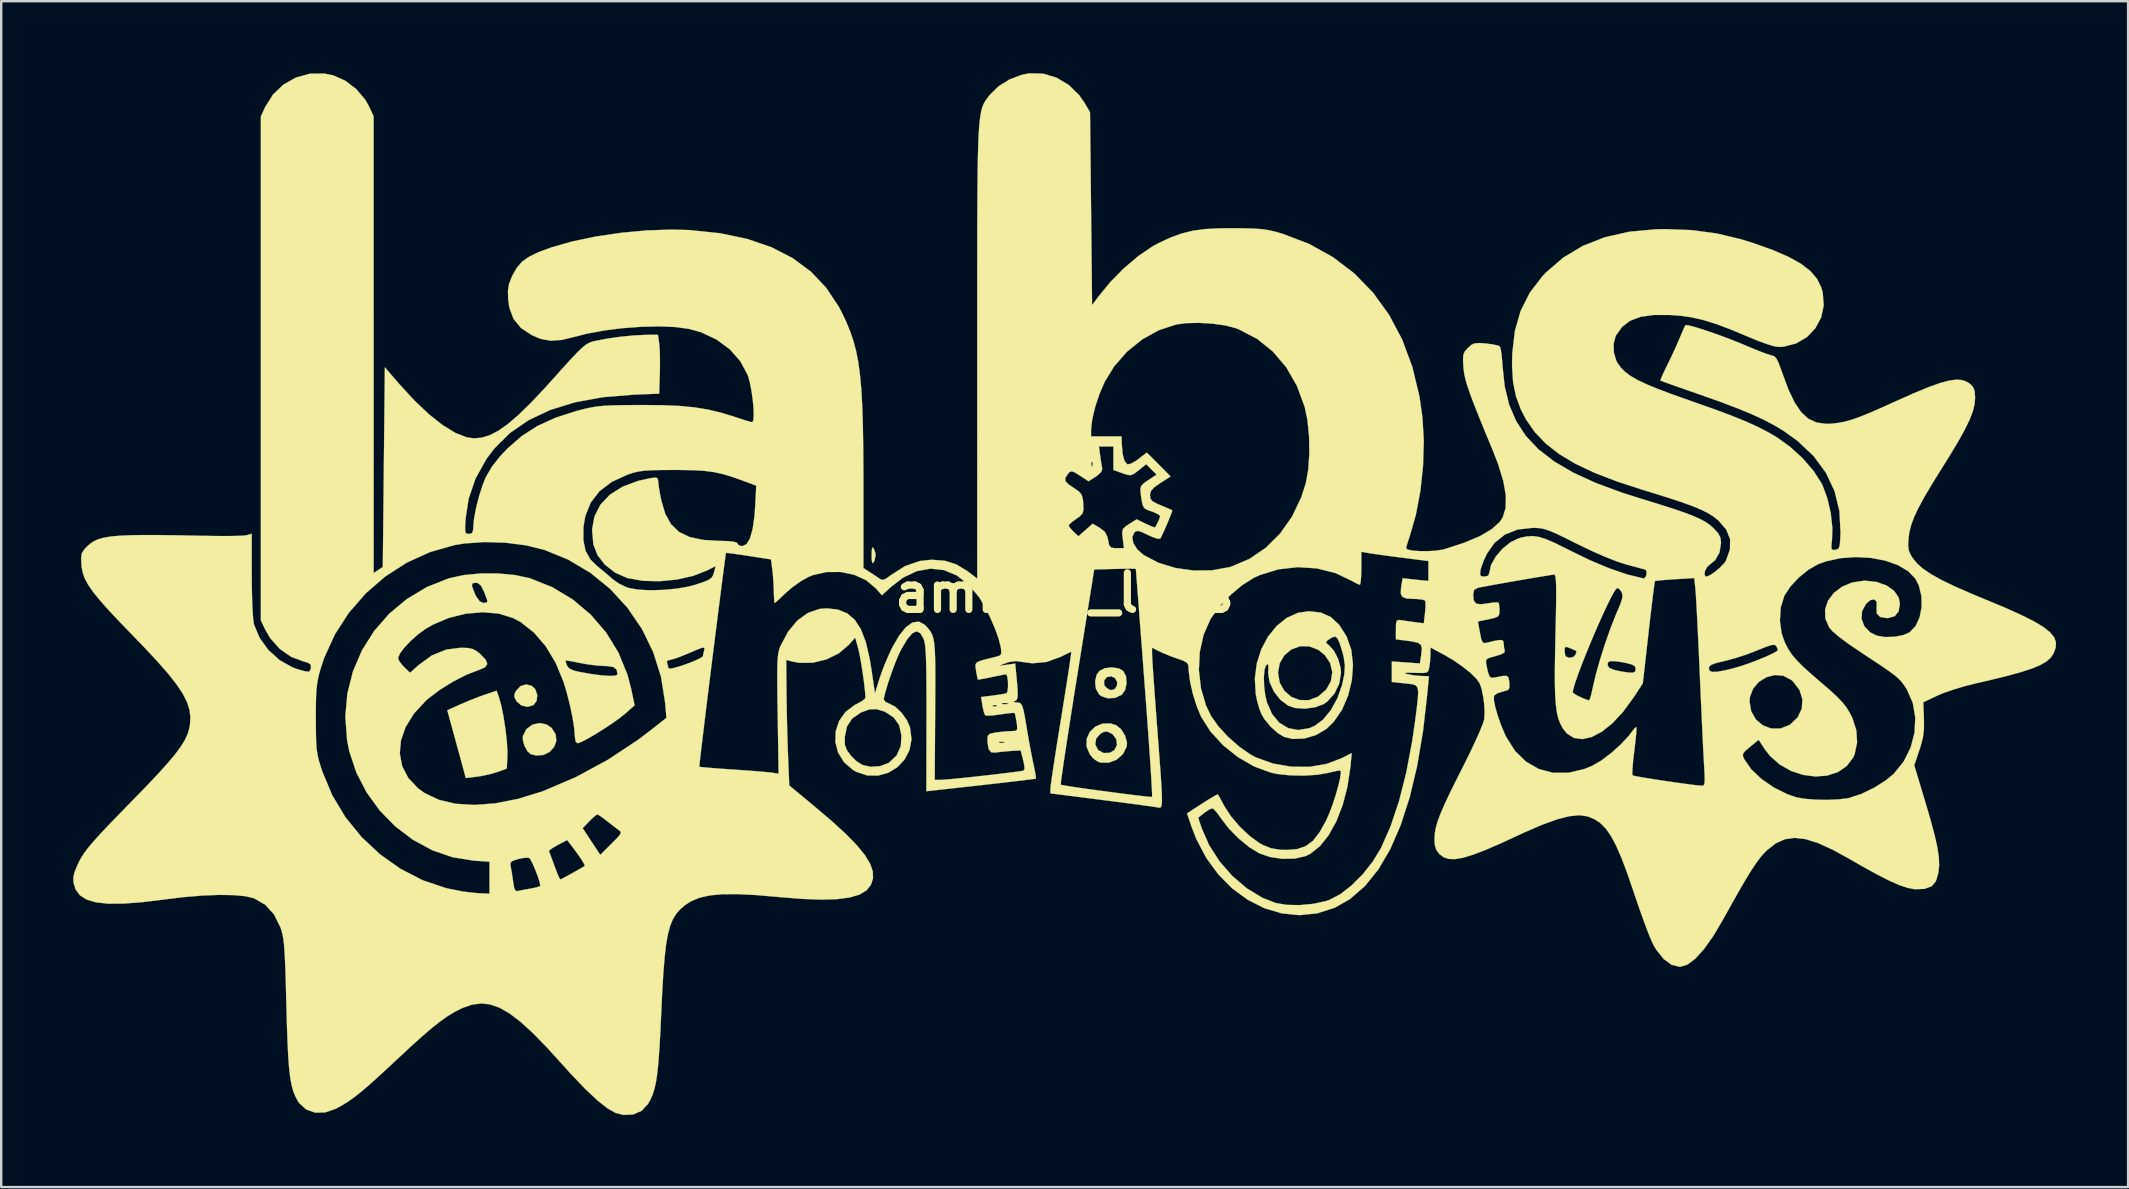
<source format=kicad_pcb>
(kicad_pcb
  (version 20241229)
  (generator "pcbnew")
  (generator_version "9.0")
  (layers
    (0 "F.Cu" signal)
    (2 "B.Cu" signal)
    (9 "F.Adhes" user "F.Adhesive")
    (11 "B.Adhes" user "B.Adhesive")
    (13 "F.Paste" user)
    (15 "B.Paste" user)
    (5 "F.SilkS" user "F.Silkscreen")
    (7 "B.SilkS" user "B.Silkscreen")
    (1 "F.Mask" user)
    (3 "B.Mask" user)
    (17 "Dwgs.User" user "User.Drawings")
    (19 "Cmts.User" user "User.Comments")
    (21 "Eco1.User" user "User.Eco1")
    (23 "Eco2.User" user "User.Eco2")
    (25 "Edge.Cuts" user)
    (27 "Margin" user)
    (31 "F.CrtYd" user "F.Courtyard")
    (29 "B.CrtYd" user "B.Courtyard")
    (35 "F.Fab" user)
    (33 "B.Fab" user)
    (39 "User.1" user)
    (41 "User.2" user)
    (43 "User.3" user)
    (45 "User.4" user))
  (footprint "amigus_labs"
    (layer "F.Cu")
    (at 41.304 21.65)
    (property "Reference" "amigus_labs" (at 0 0 0) (layer "F.SilkS") (effects (font (size 1.524 1.524) (thickness 0.3))))
    (attr through_hole)
    (fp_poly (pts (xy -7.959 -1.863) (xy -7.888 -1.67) (xy -7.877 -1.566) (xy -7.917 -1.358) (xy -7.959 -1.27) (xy -8.009 -1.241) (xy -8.035 -1.358) (xy -8.041 -1.566) (xy -8.031 -1.81) (xy -8.001 -1.897) (xy -7.959 -1.863)) (stroke (width 0.01) (type solid)) (fill yes) (layer "F.SilkS"))
    (fp_poly (pts (xy -22.198 3.874) (xy -22.054 4.013) (xy -21.969 4.258) (xy -21.999 4.503) (xy -22.131 4.677) (xy -22.376 4.747) (xy -22.634 4.689) (xy -22.832 4.52) (xy -22.925 4.344) (xy -22.914 4.199) (xy -22.852 4.075) (xy -22.667 3.883) (xy -22.431 3.814) (xy -22.198 3.874)) (stroke (width 0.01) (type solid)) (fill yes) (layer "F.SilkS"))
    (fp_poly (pts (xy -21.583 5.483) (xy -21.374 5.626) (xy -21.204 5.89) (xy -21.175 6.163) (xy -21.265 6.417) (xy -21.452 6.623) (xy -21.711 6.752) (xy -22.02 6.776) (xy -22.248 6.717) (xy -22.389 6.588) (xy -22.508 6.363) (xy -22.574 6.117) (xy -22.57 5.962) (xy -22.422 5.675) (xy -22.178 5.491) (xy -21.883 5.422) (xy -21.583 5.483)) (stroke (width 0.01) (type solid)) (fill yes) (layer "F.SilkS"))
    (fp_poly (pts (xy -23.555 4.387) (xy -23.461 4.729) (xy -23.372 5.181) (xy -23.295 5.685) (xy -23.24 6.182) (xy -23.213 6.613) (xy -23.215 6.816) (xy -23.241 7.319) (xy -23.622 7.459) (xy -23.94 7.552) (xy -24.31 7.631) (xy -24.475 7.656) (xy -24.947 7.713) (xy -25.333 6.302) (xy -25.719 4.891) (xy -25.194 4.653) (xy -24.821 4.494) (xy -24.415 4.334) (xy -24.167 4.245) (xy -23.664 4.075) (xy -23.555 4.387)) (stroke (width 0.01) (type solid)) (fill yes) (layer "F.SilkS"))
    (fp_poly (pts (xy 2.253 3.146) (xy 2.44 3.25) (xy 2.557 3.473) (xy 2.582 3.762) (xy 2.519 4.045) (xy 2.381 4.242) (xy 2.108 4.373) (xy 1.8 4.393) (xy 1.524 4.3) (xy 1.439 4.233) (xy 1.303 3.994) (xy 1.285 3.844) (xy 1.647 3.844) (xy 1.741 3.952) (xy 1.896 4.047) (xy 2.011 4.041) (xy 2.103 3.99) (xy 2.18 3.859) (xy 2.188 3.716) (xy 2.099 3.548) (xy 1.937 3.475) (xy 1.766 3.505) (xy 1.65 3.645) (xy 1.648 3.65) (xy 1.647 3.844) (xy 1.285 3.844) (xy 1.268 3.697) (xy 1.333 3.413) (xy 1.446 3.253) (xy 1.674 3.139) (xy 1.968 3.103) (xy 2.253 3.146)) (stroke (width 0.01) (type solid)) (fill yes) (layer "F.SilkS"))
    (fp_poly (pts (xy 2.151 5.515) (xy 2.355 5.683) (xy 2.515 5.944) (xy 2.597 6.227) (xy 2.589 6.395) (xy 2.433 6.713) (xy 2.169 6.947) (xy 1.844 7.074) (xy 1.503 7.07) (xy 1.381 7.03) (xy 1.2 6.903) (xy 1.047 6.725) (xy 0.912 6.394) (xy 0.915 6.309) (xy 1.276 6.309) (xy 1.386 6.538) (xy 1.403 6.556) (xy 1.626 6.672) (xy 1.884 6.662) (xy 2.073 6.551) (xy 2.181 6.339) (xy 2.155 6.101) (xy 2.006 5.897) (xy 1.936 5.85) (xy 1.759 5.773) (xy 1.615 5.797) (xy 1.491 5.87) (xy 1.314 6.069) (xy 1.276 6.309) (xy 0.915 6.309) (xy 0.922 6.074) (xy 1.051 5.791) (xy 1.275 5.574) (xy 1.569 5.447) (xy 1.908 5.439) (xy 2.151 5.515)) (stroke (width 0.01) (type solid)) (fill yes) (layer "F.SilkS"))
    (fp_poly (pts (xy 10.673 0.821) (xy 11.086 1.005) (xy 11.436 1.33) (xy 11.742 1.809) (xy 11.748 1.82) (xy 11.943 2.373) (xy 12.013 2.991) (xy 11.966 3.639) (xy 11.811 4.277) (xy 11.556 4.869) (xy 11.208 5.376) (xy 10.904 5.669) (xy 10.469 5.925) (xy 9.987 6.067) (xy 9.506 6.086) (xy 9.144 6.001) (xy 8.871 5.836) (xy 8.58 5.57) (xy 8.324 5.258) (xy 8.208 5.068) (xy 8.108 4.814) (xy 8.015 4.476) (xy 7.963 4.219) (xy 7.924 3.571) (xy 7.928 3.541) (xy 8.299 3.541) (xy 8.311 3.89) (xy 8.357 4.253) (xy 8.428 4.558) (xy 8.642 5.048) (xy 8.943 5.41) (xy 9.314 5.636) (xy 9.735 5.714) (xy 10.188 5.638) (xy 10.414 5.542) (xy 10.767 5.28) (xy 11.091 4.885) (xy 11.362 4.394) (xy 11.554 3.851) (xy 11.652 3.398) (xy 11.676 3.026) (xy 11.626 2.664) (xy 11.557 2.407) (xy 11.451 2.077) (xy 11.363 1.889) (xy 11.273 1.82) (xy 11.157 1.848) (xy 11.057 1.907) (xy 10.908 2.014) (xy 10.891 2.083) (xy 10.995 2.169) (xy 11.005 2.176) (xy 11.216 2.404) (xy 11.388 2.736) (xy 11.495 3.108) (xy 11.515 3.328) (xy 11.442 3.776) (xy 11.243 4.193) (xy 10.946 4.525) (xy 10.789 4.634) (xy 10.425 4.77) (xy 10.003 4.824) (xy 9.593 4.793) (xy 9.319 4.702) (xy 8.986 4.452) (xy 8.715 4.104) (xy 8.536 3.709) (xy 8.479 3.327) (xy 8.89 3.327) (xy 8.961 3.744) (xy 9.155 4.084) (xy 9.442 4.331) (xy 9.791 4.465) (xy 10.171 4.469) (xy 10.553 4.325) (xy 10.558 4.322) (xy 10.896 4.031) (xy 11.094 3.681) (xy 11.15 3.302) (xy 11.064 2.927) (xy 10.836 2.588) (xy 10.563 2.37) (xy 10.181 2.224) (xy 9.798 2.226) (xy 9.445 2.357) (xy 9.155 2.599) (xy 8.959 2.934) (xy 8.89 3.327) (xy 8.479 3.327) (xy 8.477 3.315) (xy 8.486 3.211) (xy 8.493 3.037) (xy 8.461 2.963) (xy 8.461 2.963) (xy 8.375 3.04) (xy 8.32 3.246) (xy 8.299 3.541) (xy 7.928 3.541) (xy 8.005 2.942) (xy 8.192 2.353) (xy 8.472 1.825) (xy 8.83 1.381) (xy 9.253 1.041) (xy 9.726 0.829) (xy 10.176 0.764) (xy 10.673 0.821)) (stroke (width 0.01) (type solid)) (fill yes) (layer "F.SilkS"))
    (fp_poly (pts (xy -0.894 -21.631) (xy -0.336 -21.463) (xy 0.176 -21.157) (xy 0.612 -20.729) (xy 0.826 -20.419) (xy 1.058 -20.024) (xy 1.101 -16.004) (xy 1.143 -11.985) (xy 1.403 -12.339) (xy 1.905 -12.951) (xy 2.474 -13.528) (xy 3.07 -14.033) (xy 3.656 -14.432) (xy 3.881 -14.556) (xy 4.392 -14.795) (xy 4.862 -14.969) (xy 5.336 -15.087) (xy 5.857 -15.157) (xy 6.471 -15.188) (xy 6.985 -15.192) (xy 7.518 -15.188) (xy 7.923 -15.175) (xy 8.241 -15.151) (xy 8.514 -15.109) (xy 8.781 -15.047) (xy 9.084 -14.959) (xy 10.184 -14.539) (xy 11.18 -13.986) (xy 12.071 -13.307) (xy 12.85 -12.505) (xy 13.514 -11.587) (xy 14.061 -10.557) (xy 14.484 -9.42) (xy 14.782 -8.181) (xy 14.907 -7.308) (xy 14.963 -6.335) (xy 14.932 -5.3) (xy 14.822 -4.261) (xy 14.637 -3.27) (xy 14.396 -2.421) (xy 14.306 -2.15) (xy 14.244 -1.945) (xy 14.224 -1.86) (xy 14.301 -1.802) (xy 14.505 -1.761) (xy 14.793 -1.74) (xy 15.123 -1.738) (xy 15.452 -1.758) (xy 15.74 -1.8) (xy 15.833 -1.823) (xy 16.651 -2.089) (xy 17.303 -2.364) (xy 17.794 -2.653) (xy 18.127 -2.955) (xy 18.249 -3.138) (xy 18.373 -3.539) (xy 18.383 -4.041) (xy 18.278 -4.65) (xy 18.057 -5.373) (xy 17.842 -5.927) (xy 17.524 -6.693) (xy 17.267 -7.323) (xy 17.063 -7.835) (xy 16.908 -8.246) (xy 16.793 -8.577) (xy 16.712 -8.844) (xy 16.659 -9.068) (xy 16.628 -9.266) (xy 16.614 -9.412) (xy 16.597 -9.722) (xy 16.611 -9.918) (xy 16.67 -10.055) (xy 16.785 -10.189) (xy 16.803 -10.206) (xy 16.946 -10.334) (xy 17.086 -10.396) (xy 17.282 -10.409) (xy 17.543 -10.39) (xy 17.827 -10.353) (xy 18.044 -10.306) (xy 18.13 -10.267) (xy 18.168 -10.153) (xy 18.205 -9.913) (xy 18.235 -9.59) (xy 18.245 -9.434) (xy 18.334 -8.595) (xy 18.52 -7.838) (xy 18.811 -7.155) (xy 19.214 -6.539) (xy 19.74 -5.982) (xy 20.395 -5.475) (xy 21.188 -5.01) (xy 22.129 -4.579) (xy 23.225 -4.174) (xy 23.961 -3.94) (xy 24.714 -3.709) (xy 25.324 -3.515) (xy 25.809 -3.35) (xy 26.19 -3.205) (xy 26.484 -3.073) (xy 26.713 -2.947) (xy 26.896 -2.817) (xy 27.016 -2.712) (xy 27.223 -2.49) (xy 27.322 -2.298) (xy 27.347 -2.083) (xy 27.283 -1.684) (xy 27.103 -1.363) (xy 26.889 -1.189) (xy 26.761 -1.071) (xy 26.678 -0.909) (xy 26.656 -0.76) (xy 26.713 -0.68) (xy 26.735 -0.677) (xy 26.882 -0.734) (xy 27.091 -0.874) (xy 27.308 -1.058) (xy 27.484 -1.242) (xy 27.548 -1.336) (xy 27.718 -1.806) (xy 27.724 -2.237) (xy 27.564 -2.638) (xy 27.238 -3.015) (xy 27.22 -3.03) (xy 27.03 -3.181) (xy 26.806 -3.322) (xy 26.526 -3.463) (xy 26.171 -3.611) (xy 25.721 -3.774) (xy 25.155 -3.961) (xy 24.454 -4.18) (xy 24.13 -4.278) (xy 23.026 -4.637) (xy 22.078 -5.002) (xy 21.274 -5.383) (xy 20.598 -5.787) (xy 20.04 -6.224) (xy 19.584 -6.703) (xy 19.219 -7.231) (xy 19.009 -7.636) (xy 18.804 -8.186) (xy 18.683 -8.778) (xy 18.639 -9.453) (xy 18.65 -9.991) (xy 18.76 -10.922) (xy 19 -11.753) (xy 19.378 -12.503) (xy 19.901 -13.187) (xy 20.054 -13.349) (xy 20.776 -13.97) (xy 21.592 -14.458) (xy 22.507 -14.816) (xy 23.525 -15.046) (xy 24.651 -15.149) (xy 25.037 -15.155) (xy 26.139 -15.112) (xy 27.162 -14.975) (xy 28.177 -14.733) (xy 28.712 -14.566) (xy 29.517 -14.277) (xy 30.169 -13.994) (xy 30.68 -13.709) (xy 31.066 -13.411) (xy 31.341 -13.089) (xy 31.519 -12.733) (xy 31.583 -12.511) (xy 31.624 -11.974) (xy 31.515 -11.47) (xy 31.275 -11.023) (xy 30.924 -10.656) (xy 30.479 -10.394) (xy 29.961 -10.258) (xy 29.734 -10.245) (xy 29.548 -10.278) (xy 29.249 -10.369) (xy 28.881 -10.503) (xy 28.504 -10.659) (xy 27.774 -10.965) (xy 27.157 -11.198) (xy 26.617 -11.366) (xy 26.12 -11.48) (xy 25.63 -11.549) (xy 25.22 -11.578) (xy 24.537 -11.578) (xy 23.99 -11.5) (xy 23.56 -11.339) (xy 23.228 -11.086) (xy 22.976 -10.735) (xy 22.955 -10.695) (xy 22.871 -10.379) (xy 22.882 -10.009) (xy 22.985 -9.666) (xy 23.022 -9.598) (xy 23.163 -9.399) (xy 23.338 -9.217) (xy 23.567 -9.044) (xy 23.866 -8.87) (xy 24.255 -8.686) (xy 24.75 -8.483) (xy 25.37 -8.251) (xy 26.133 -7.981) (xy 26.208 -7.955) (xy 27.044 -7.66) (xy 27.742 -7.4) (xy 28.325 -7.165) (xy 28.818 -6.945) (xy 29.245 -6.729) (xy 29.63 -6.507) (xy 29.678 -6.478) (xy 30.232 -6.079) (xy 30.749 -5.604) (xy 31.191 -5.095) (xy 31.52 -4.59) (xy 31.58 -4.471) (xy 31.779 -3.928) (xy 31.918 -3.316) (xy 31.984 -2.707) (xy 31.97 -2.219) (xy 31.943 -1.959) (xy 31.953 -1.827) (xy 32.01 -1.786) (xy 32.108 -1.793) (xy 32.204 -1.819) (xy 32.263 -1.886) (xy 32.297 -2.03) (xy 32.316 -2.287) (xy 32.325 -2.512) (xy 32.279 -3.406) (xy 32.077 -4.236) (xy 31.719 -5) (xy 31.205 -5.699) (xy 30.534 -6.332) (xy 29.972 -6.737) (xy 29.575 -6.977) (xy 29.134 -7.21) (xy 28.625 -7.445) (xy 28.026 -7.692) (xy 27.312 -7.962) (xy 26.46 -8.264) (xy 26.374 -8.294) (xy 25.897 -8.46) (xy 25.479 -8.607) (xy 25.144 -8.726) (xy 24.917 -8.809) (xy 24.824 -8.846) (xy 24.823 -8.847) (xy 24.846 -8.929) (xy 24.929 -9.123) (xy 25.057 -9.39) (xy 25.088 -9.453) (xy 25.276 -9.838) (xy 25.471 -10.262) (xy 25.611 -10.583) (xy 25.727 -10.858) (xy 25.817 -11.062) (xy 25.861 -11.155) (xy 25.861 -11.156) (xy 25.959 -11.152) (xy 26.182 -11.097) (xy 26.502 -11.001) (xy 26.886 -10.874) (xy 27.305 -10.726) (xy 27.726 -10.569) (xy 28.12 -10.412) (xy 28.287 -10.341) (xy 28.677 -10.177) (xy 29.027 -10.037) (xy 29.3 -9.938) (xy 29.456 -9.893) (xy 29.457 -9.893) (xy 29.567 -9.855) (xy 29.66 -9.754) (xy 29.754 -9.56) (xy 29.871 -9.238) (xy 29.889 -9.186) (xy 30.149 -8.483) (xy 30.409 -7.936) (xy 30.683 -7.532) (xy 30.983 -7.256) (xy 31.323 -7.098) (xy 31.714 -7.042) (xy 31.956 -7.05) (xy 32.223 -7.081) (xy 32.485 -7.13) (xy 32.768 -7.207) (xy 33.097 -7.322) (xy 33.499 -7.483) (xy 34 -7.7) (xy 34.626 -7.981) (xy 34.671 -8.002) (xy 35.396 -8.325) (xy 35.99 -8.57) (xy 36.471 -8.743) (xy 36.855 -8.846) (xy 37.161 -8.885) (xy 37.405 -8.863) (xy 37.605 -8.784) (xy 37.708 -8.715) (xy 37.848 -8.575) (xy 37.914 -8.402) (xy 37.931 -8.13) (xy 37.931 -8.12) (xy 37.908 -7.855) (xy 37.835 -7.558) (xy 37.701 -7.212) (xy 37.499 -6.797) (xy 37.22 -6.295) (xy 36.855 -5.688) (xy 36.565 -5.224) (xy 36.149 -4.555) (xy 35.821 -4.002) (xy 35.572 -3.544) (xy 35.391 -3.161) (xy 35.268 -2.829) (xy 35.193 -2.529) (xy 35.159 -2.287) (xy 35.142 -1.978) (xy 35.169 -1.763) (xy 35.256 -1.57) (xy 35.329 -1.453) (xy 35.509 -1.23) (xy 35.756 -1.01) (xy 36.088 -0.784) (xy 36.52 -0.543) (xy 37.069 -0.277) (xy 37.752 0.023) (xy 38.332 0.264) (xy 39.155 0.607) (xy 39.827 0.908) (xy 40.359 1.173) (xy 40.762 1.412) (xy 41.046 1.634) (xy 41.222 1.846) (xy 41.299 2.057) (xy 41.29 2.276) (xy 41.205 2.511) (xy 41.188 2.544) (xy 41.073 2.71) (xy 40.898 2.862) (xy 40.647 3.006) (xy 40.304 3.15) (xy 39.853 3.297) (xy 39.278 3.456) (xy 38.563 3.631) (xy 37.973 3.767) (xy 37.506 3.885) (xy 37.033 4.027) (xy 36.614 4.172) (xy 36.364 4.277) (xy 35.772 4.558) (xy 35.799 5.23) (xy 35.801 5.662) (xy 35.757 6.024) (xy 35.654 6.414) (xy 35.611 6.544) (xy 35.396 7.185) (xy 35.861 8.729) (xy 36.082 9.483) (xy 36.247 10.1) (xy 36.359 10.604) (xy 36.42 11.015) (xy 36.433 11.356) (xy 36.402 11.65) (xy 36.328 11.919) (xy 36.285 12.032) (xy 36.117 12.224) (xy 35.824 12.332) (xy 35.432 12.346) (xy 35.404 12.344) (xy 35.126 12.291) (xy 34.787 12.178) (xy 34.37 11.996) (xy 33.859 11.737) (xy 33.238 11.395) (xy 32.73 11.102) (xy 32.011 10.706) (xy 31.397 10.426) (xy 30.87 10.259) (xy 30.412 10.206) (xy 30.006 10.263) (xy 29.633 10.431) (xy 29.276 10.708) (xy 29.14 10.842) (xy 28.982 11.024) (xy 28.804 11.263) (xy 28.597 11.576) (xy 28.35 11.98) (xy 28.054 12.491) (xy 27.697 13.126) (xy 27.432 13.605) (xy 27.025 14.291) (xy 26.638 14.837) (xy 26.276 15.238) (xy 25.944 15.487) (xy 25.649 15.578) (xy 25.632 15.579) (xy 25.29 15.496) (xy 24.957 15.254) (xy 24.646 14.863) (xy 24.528 14.663) (xy 24.431 14.454) (xy 24.295 14.115) (xy 24.131 13.679) (xy 23.953 13.179) (xy 23.77 12.646) (xy 23.742 12.562) (xy 23.464 11.748) (xy 23.216 11.084) (xy 22.986 10.551) (xy 22.766 10.135) (xy 22.546 9.82) (xy 22.316 9.588) (xy 22.066 9.424) (xy 21.787 9.312) (xy 21.77 9.307) (xy 21.441 9.262) (xy 21.026 9.304) (xy 20.514 9.435) (xy 19.892 9.66) (xy 19.15 9.981) (xy 18.923 10.087) (xy 18.159 10.439) (xy 17.527 10.712) (xy 17.011 10.91) (xy 16.596 11.035) (xy 16.265 11.092) (xy 16.004 11.085) (xy 15.796 11.017) (xy 15.626 10.893) (xy 15.617 10.884) (xy 15.481 10.705) (xy 15.42 10.485) (xy 15.409 10.252) (xy 15.421 10.029) (xy 15.462 9.791) (xy 15.539 9.518) (xy 15.662 9.191) (xy 15.837 8.788) (xy 16.073 8.289) (xy 16.378 7.674) (xy 16.593 7.25) (xy 16.844 6.747) (xy 17.07 6.273) (xy 17.258 5.855) (xy 17.397 5.523) (xy 17.472 5.305) (xy 17.48 5.269) (xy 17.497 4.972) (xy 17.474 4.591) (xy 17.435 4.313) (xy 17.369 3.988) (xy 17.289 3.766) (xy 17.161 3.582) (xy 16.949 3.372) (xy 16.89 3.319) (xy 16.584 3.073) (xy 16.208 2.813) (xy 15.846 2.598) (xy 15.24 2.274) (xy 15.24 2.566) (xy 15.225 2.853) (xy 15.191 3.104) (xy 15.158 3.236) (xy 15.098 3.308) (xy 14.969 3.336) (xy 14.731 3.336) (xy 14.577 3.331) (xy 14.297 3.325) (xy 14.176 3.335) (xy 14.204 3.362) (xy 14.266 3.381) (xy 14.53 3.432) (xy 14.827 3.461) (xy 14.848 3.461) (xy 15.175 3.471) (xy 15.117 4.128) (xy 14.934 5.738) (xy 14.688 7.199) (xy 14.378 8.508) (xy 14.004 9.666) (xy 13.569 10.67) (xy 13.071 11.52) (xy 12.511 12.215) (xy 11.89 12.754) (xy 11.255 13.116) (xy 10.528 13.35) (xy 9.787 13.426) (xy 9.047 13.353) (xy 8.324 13.137) (xy 7.632 12.789) (xy 6.986 12.316) (xy 6.402 11.727) (xy 5.894 11.031) (xy 5.477 10.235) (xy 5.286 9.739) (xy 5.16 9.367) (xy 5.564 9.367) (xy 5.704 9.788) (xy 6.017 10.507) (xy 6.453 11.184) (xy 6.986 11.794) (xy 7.59 12.309) (xy 8.239 12.703) (xy 8.796 12.921) (xy 9.251 12.998) (xy 9.792 13.008) (xy 10.355 12.955) (xy 10.872 12.843) (xy 11.049 12.784) (xy 11.496 12.546) (xy 11.964 12.181) (xy 12.42 11.722) (xy 12.833 11.2) (xy 13.17 10.649) (xy 13.182 10.626) (xy 13.578 9.728) (xy 13.929 8.682) (xy 14.23 7.499) (xy 14.477 6.196) (xy 14.605 5.308) (xy 14.673 4.778) (xy 14.716 4.393) (xy 14.729 4.127) (xy 14.705 3.958) (xy 14.637 3.861) (xy 14.518 3.812) (xy 14.341 3.787) (xy 14.182 3.771) (xy 13.631 3.712) (xy 13.631 2.856) (xy 14.216 2.898) (xy 14.801 2.94) (xy 14.858 2.559) (xy 14.882 2.318) (xy 14.845 2.167) (xy 14.718 2.078) (xy 14.469 2.021) (xy 14.253 1.992) (xy 13.801 1.935) (xy 13.801 1.52) (xy 13.806 1.274) (xy 13.838 1.156) (xy 13.922 1.128) (xy 14.034 1.141) (xy 14.274 1.176) (xy 14.565 1.216) (xy 14.614 1.223) (xy 14.963 1.268) (xy 15.014 0.834) (xy 15.035 0.572) (xy 15.033 0.382) (xy 15.021 0.326) (xy 14.917 0.283) (xy 14.703 0.257) (xy 14.579 0.253) (xy 14.257 0.236) (xy 14.075 0.172) (xy 14.019 0.065) (xy 17.019 0.065) (xy 17.044 0.314) (xy 17.137 0.444) (xy 17.329 0.476) (xy 17.596 0.441) (xy 17.849 0.405) (xy 18.026 0.396) (xy 18.074 0.407) (xy 18.105 0.514) (xy 18.119 0.714) (xy 18.119 0.728) (xy 18.108 0.889) (xy 18.05 0.983) (xy 17.902 1.045) (xy 17.668 1.098) (xy 17.217 1.191) (xy 17.302 1.659) (xy 17.356 1.924) (xy 17.41 2.057) (xy 17.488 2.093) (xy 17.593 2.076) (xy 17.931 1.995) (xy 18.138 1.962) (xy 18.245 1.977) (xy 18.284 2.041) (xy 18.288 2.099) (xy 18.311 2.307) (xy 18.336 2.397) (xy 18.319 2.486) (xy 18.176 2.565) (xy 17.952 2.632) (xy 17.702 2.702) (xy 17.58 2.768) (xy 17.551 2.865) (xy 17.572 3.001) (xy 17.636 3.303) (xy 17.695 3.47) (xy 17.773 3.536) (xy 17.896 3.532) (xy 17.979 3.515) (xy 18.262 3.459) (xy 18.42 3.459) (xy 18.493 3.532) (xy 18.522 3.695) (xy 18.526 3.742) (xy 18.531 3.95) (xy 18.468 4.05) (xy 18.291 4.103) (xy 18.244 4.112) (xy 18.029 4.181) (xy 17.898 4.276) (xy 17.888 4.294) (xy 17.883 4.464) (xy 17.938 4.749) (xy 18.04 5.106) (xy 18.177 5.497) (xy 18.338 5.881) (xy 18.392 5.995) (xy 18.764 6.584) (xy 19.224 7.034) (xy 19.757 7.339) (xy 20.349 7.495) (xy 20.986 7.496) (xy 21.653 7.338) (xy 21.987 7.202) (xy 22.358 6.984) (xy 22.771 6.671) (xy 23.173 6.311) (xy 23.509 5.949) (xy 23.649 5.762) (xy 23.757 5.628) (xy 23.821 5.593) (xy 23.821 5.593) (xy 23.824 5.687) (xy 23.807 5.913) (xy 23.773 6.238) (xy 23.731 6.59) (xy 23.686 6.975) (xy 23.658 7.296) (xy 23.65 7.518) (xy 23.661 7.602) (xy 23.755 7.628) (xy 23.982 7.671) (xy 24.311 7.726) (xy 24.706 7.789) (xy 25.135 7.853) (xy 25.563 7.915) (xy 25.957 7.969) (xy 26.283 8.01) (xy 26.508 8.032) (xy 26.533 8.034) (xy 26.605 8.027) (xy 26.648 7.977) (xy 26.666 7.854) (xy 26.664 7.627) (xy 26.646 7.268) (xy 26.64 7.176) (xy 26.624 6.882) (xy 26.62 6.808) (xy 28.26 6.808) (xy 28.319 6.939) (xy 28.611 7.355) (xy 29.033 7.754) (xy 29.544 8.107) (xy 30.106 8.386) (xy 30.48 8.515) (xy 30.826 8.578) (xy 31.276 8.614) (xy 31.768 8.623) (xy 32.239 8.604) (xy 32.626 8.556) (xy 32.681 8.544) (xy 33.196 8.375) (xy 33.737 8.112) (xy 34.233 7.795) (xy 34.54 7.539) (xy 34.954 7.029) (xy 35.245 6.448) (xy 35.408 5.825) (xy 35.439 5.193) (xy 35.334 4.581) (xy 35.088 4.021) (xy 35.039 3.944) (xy 34.942 3.802) (xy 34.845 3.679) (xy 34.727 3.558) (xy 34.569 3.424) (xy 34.35 3.262) (xy 34.05 3.055) (xy 33.649 2.788) (xy 33.128 2.445) (xy 33.105 2.43) (xy 32.651 2.12) (xy 32.275 1.84) (xy 32.001 1.608) (xy 31.856 1.448) (xy 31.693 1.071) (xy 31.681 0.69) (xy 31.803 0.328) (xy 32.043 0.006) (xy 32.384 -0.255) (xy 32.809 -0.433) (xy 33.303 -0.506) (xy 33.359 -0.507) (xy 33.831 -0.455) (xy 34.238 -0.31) (xy 34.552 -0.089) (xy 34.746 0.189) (xy 34.798 0.443) (xy 34.745 0.771) (xy 34.583 0.971) (xy 34.307 1.048) (xy 34.252 1.05) (xy 33.975 1.004) (xy 33.835 0.86) (xy 33.824 0.611) (xy 33.831 0.571) (xy 33.828 0.362) (xy 33.728 0.27) (xy 33.565 0.305) (xy 33.388 0.456) (xy 33.22 0.763) (xy 33.201 1.087) (xy 33.318 1.392) (xy 33.56 1.644) (xy 33.837 1.782) (xy 34.177 1.84) (xy 34.571 1.829) (xy 34.944 1.757) (xy 35.198 1.647) (xy 35.449 1.388) (xy 35.619 1.021) (xy 35.703 0.589) (xy 35.695 0.134) (xy 35.591 -0.3) (xy 35.445 -0.59) (xy 35.141 -0.907) (xy 34.71 -1.16) (xy 34.181 -1.345) (xy 33.587 -1.458) (xy 32.958 -1.493) (xy 32.325 -1.446) (xy 31.719 -1.314) (xy 31.385 -1.192) (xy 30.986 -0.964) (xy 30.586 -0.639) (xy 30.237 -0.266) (xy 29.991 0.105) (xy 29.979 0.131) (xy 29.834 0.611) (xy 29.799 1.154) (xy 29.873 1.695) (xy 30.006 2.074) (xy 30.143 2.336) (xy 30.302 2.575) (xy 30.508 2.818) (xy 30.783 3.093) (xy 31.154 3.425) (xy 31.454 3.683) (xy 31.868 4.04) (xy 32.175 4.322) (xy 32.4 4.555) (xy 32.569 4.769) (xy 32.706 4.992) (xy 32.815 5.207) (xy 32.982 5.715) (xy 33.015 6.234) (xy 32.913 6.718) (xy 32.851 6.858) (xy 32.579 7.219) (xy 32.209 7.47) (xy 31.765 7.612) (xy 31.276 7.649) (xy 30.766 7.583) (xy 30.264 7.417) (xy 29.796 7.153) (xy 29.388 6.794) (xy 29.158 6.497) (xy 28.914 6.121) (xy 28.556 6.413) (xy 28.353 6.586) (xy 28.262 6.702) (xy 28.26 6.808) (xy 26.62 6.808) (xy 26.601 6.446) (xy 26.575 5.895) (xy 26.545 5.256) (xy 26.513 4.556) (xy 26.511 4.523) (xy 28.533 4.523) (xy 28.604 4.936) (xy 28.798 5.273) (xy 29.084 5.516) (xy 29.431 5.649) (xy 29.808 5.653) (xy 30.183 5.512) (xy 30.233 5.48) (xy 30.544 5.182) (xy 30.711 4.823) (xy 30.736 4.435) (xy 30.618 4.05) (xy 30.355 3.7) (xy 30.271 3.626) (xy 29.945 3.454) (xy 29.59 3.422) (xy 29.239 3.511) (xy 28.926 3.705) (xy 28.685 3.986) (xy 28.55 4.336) (xy 28.533 4.523) (xy 26.511 4.523) (xy 26.48 3.822) (xy 26.457 3.302) (xy 26.45 3.141) (xy 26.839 3.141) (xy 26.871 3.245) (xy 26.982 3.293) (xy 27.192 3.286) (xy 27.525 3.224) (xy 27.864 3.141) (xy 28.178 3.049) (xy 28.534 2.928) (xy 28.896 2.79) (xy 29.231 2.651) (xy 29.502 2.525) (xy 29.674 2.428) (xy 29.717 2.38) (xy 29.676 2.271) (xy 29.641 2.211) (xy 29.578 2.165) (xy 29.455 2.172) (xy 29.244 2.238) (xy 28.915 2.371) (xy 28.859 2.394) (xy 28.436 2.557) (xy 27.969 2.71) (xy 27.549 2.825) (xy 27.495 2.837) (xy 27.158 2.918) (xy 26.957 2.988) (xy 26.861 3.062) (xy 26.839 3.141) (xy 26.45 3.141) (xy 26.426 2.584) (xy 26.394 1.9) (xy 26.363 1.276) (xy 26.335 0.732) (xy 26.311 0.294) (xy 26.291 -0.018) (xy 26.28 -0.16) (xy 26.231 -0.617) (xy 25.427 -0.569) (xy 25.077 -0.545) (xy 24.798 -0.521) (xy 24.627 -0.5) (xy 24.593 -0.491) (xy 24.576 -0.403) (xy 24.544 -0.169) (xy 24.498 0.188) (xy 24.443 0.644) (xy 24.38 1.177) (xy 24.326 1.653) (xy 24.088 3.768) (xy 23.7 4.36) (xy 23.267 4.952) (xy 22.826 5.427) (xy 22.388 5.778) (xy 21.966 6.002) (xy 21.572 6.092) (xy 21.219 6.044) (xy 20.918 5.851) (xy 20.75 5.637) (xy 20.65 5.449) (xy 20.57 5.238) (xy 20.509 4.983) (xy 20.465 4.667) (xy 20.437 4.271) (xy 20.434 4.147) (xy 21.167 4.147) (xy 21.236 4.208) (xy 21.403 4.301) (xy 21.608 4.396) (xy 21.793 4.465) (xy 21.85 4.479) (xy 21.888 4.407) (xy 21.945 4.21) (xy 22.007 3.93) (xy 22.01 3.916) (xy 22.131 3.399) (xy 22.235 3.03) (xy 22.623 3.03) (xy 22.623 3.035) (xy 22.707 3.135) (xy 22.929 3.218) (xy 23.157 3.267) (xy 23.479 3.319) (xy 23.67 3.326) (xy 23.762 3.282) (xy 23.79 3.18) (xy 23.791 3.143) (xy 23.752 3.049) (xy 23.613 2.977) (xy 23.343 2.91) (xy 23.271 2.896) (xy 22.928 2.844) (xy 22.722 2.845) (xy 22.629 2.905) (xy 22.623 3.03) (xy 22.235 3.03) (xy 22.304 2.786) (xy 22.511 2.133) (xy 22.733 1.499) (xy 22.952 0.94) (xy 23.001 0.826) (xy 23.145 0.487) (xy 23.222 0.261) (xy 23.243 0.108) (xy 23.214 -0.01) (xy 23.194 -0.051) (xy 23.09 -0.179) (xy 23.007 -0.198) (xy 22.917 -0.084) (xy 22.779 0.161) (xy 22.604 0.513) (xy 22.402 0.946) (xy 22.185 1.433) (xy 21.964 1.948) (xy 21.75 2.465) (xy 21.554 2.958) (xy 21.387 3.402) (xy 21.26 3.769) (xy 21.184 4.034) (xy 21.167 4.147) (xy 20.434 4.147) (xy 20.424 3.775) (xy 20.424 3.16) (xy 20.435 2.409) (xy 20.435 2.401) (xy 20.828 2.401) (xy 20.85 2.578) (xy 20.884 2.653) (xy 21.041 2.71) (xy 21.21 2.661) (xy 21.287 2.57) (xy 21.321 2.446) (xy 21.317 2.418) (xy 21.231 2.379) (xy 21.061 2.305) (xy 20.898 2.247) (xy 20.837 2.286) (xy 20.828 2.401) (xy 20.435 2.401) (xy 20.448 1.804) (xy 20.465 1.063) (xy 20.476 0.475) (xy 20.48 0.024) (xy 20.476 -0.308) (xy 20.466 -0.536) (xy 20.448 -0.676) (xy 20.422 -0.746) (xy 20.394 -0.762) (xy 20.28 -0.748) (xy 20.033 -0.709) (xy 19.684 -0.652) (xy 19.268 -0.581) (xy 18.816 -0.503) (xy 18.362 -0.424) (xy 17.938 -0.348) (xy 17.578 -0.282) (xy 17.314 -0.232) (xy 17.209 -0.21) (xy 17.06 -0.123) (xy 17.019 0.065) (xy 14.019 0.065) (xy 14.003 0.035) (xy 14.014 -0.201) (xy 14.021 -0.248) (xy 14.079 -0.61) (xy 14.617 -0.552) (xy 15.155 -0.495) (xy 15.155 -0.765) (xy 17.306 -0.765) (xy 17.358 -0.69) (xy 17.486 -0.677) (xy 17.65 -0.717) (xy 17.695 -0.85) (xy 17.768 -1.17) (xy 17.962 -1.512) (xy 18.241 -1.838) (xy 18.571 -2.105) (xy 18.915 -2.273) (xy 18.942 -2.281) (xy 19.224 -2.347) (xy 19.48 -2.368) (xy 19.74 -2.336) (xy 20.04 -2.245) (xy 20.412 -2.084) (xy 20.89 -1.848) (xy 21.01 -1.786) (xy 21.878 -1.364) (xy 22.694 -1.022) (xy 23.432 -0.769) (xy 24.067 -0.614) (xy 24.141 -0.601) (xy 24.202 -0.664) (xy 24.241 -0.767) (xy 24.238 -0.918) (xy 24.187 -0.97) (xy 24.064 -1.004) (xy 23.822 -1.07) (xy 23.504 -1.156) (xy 23.368 -1.193) (xy 22.984 -1.319) (xy 22.494 -1.513) (xy 21.939 -1.758) (xy 21.359 -2.038) (xy 21.337 -2.049) (xy 20.854 -2.29) (xy 20.49 -2.465) (xy 20.215 -2.583) (xy 20 -2.656) (xy 19.813 -2.694) (xy 19.624 -2.708) (xy 19.493 -2.709) (xy 18.87 -2.639) (xy 18.341 -2.43) (xy 17.909 -2.083) (xy 17.598 -1.64) (xy 17.461 -1.35) (xy 17.358 -1.07) (xy 17.327 -0.953) (xy 17.306 -0.765) (xy 15.155 -0.765) (xy 15.155 -1.326) (xy 13.991 -1.475) (xy 13.545 -1.533) (xy 13.142 -1.588) (xy 12.82 -1.634) (xy 12.619 -1.665) (xy 12.594 -1.67) (xy 12.361 -1.714) (xy 12.361 -1.027) (xy 12.354 -0.709) (xy 12.335 -0.47) (xy 12.308 -0.347) (xy 12.298 -0.339) (xy 12.189 -0.38) (xy 12.007 -0.478) (xy 11.98 -0.494) (xy 11.276 -0.828) (xy 10.509 -1.02) (xy 9.709 -1.072) (xy 8.91 -0.981) (xy 8.142 -0.746) (xy 7.883 -0.628) (xy 7.406 -0.329) (xy 6.918 0.079) (xy 6.471 0.549) (xy 6.115 1.031) (xy 6.073 1.101) (xy 5.79 1.743) (xy 5.63 2.462) (xy 5.593 3.219) (xy 5.679 3.973) (xy 5.887 4.685) (xy 6.096 5.122) (xy 6.401 5.556) (xy 6.812 6) (xy 7.278 6.41) (xy 7.749 6.737) (xy 7.975 6.857) (xy 8.686 7.111) (xy 9.438 7.241) (xy 10.192 7.247) (xy 10.91 7.127) (xy 11.521 6.897) (xy 11.961 6.674) (xy 11.902 7.28) (xy 11.778 8.095) (xy 11.58 8.85) (xy 11.316 9.524) (xy 10.997 10.099) (xy 10.633 10.555) (xy 10.234 10.872) (xy 10.032 10.969) (xy 9.587 11.07) (xy 9.07 11.079) (xy 8.549 11.002) (xy 8.104 10.847) (xy 7.685 10.589) (xy 7.246 10.229) (xy 6.839 9.815) (xy 6.519 9.397) (xy 6.358 9.171) (xy 6.221 9.018) (xy 6.151 8.975) (xy 6.025 9.025) (xy 5.842 9.146) (xy 5.809 9.171) (xy 5.564 9.367) (xy 5.16 9.367) (xy 5.098 9.186) (xy 5.731 8.776) (xy 6.013 8.598) (xy 6.236 8.466) (xy 6.366 8.399) (xy 6.386 8.395) (xy 6.434 8.48) (xy 6.538 8.67) (xy 6.655 8.888) (xy 6.93 9.31) (xy 7.296 9.738) (xy 7.706 10.125) (xy 8.112 10.423) (xy 8.262 10.505) (xy 8.605 10.64) (xy 8.971 10.701) (xy 9.243 10.71) (xy 9.684 10.675) (xy 10.042 10.553) (xy 10.346 10.327) (xy 10.623 9.973) (xy 10.896 9.481) (xy 11.03 9.177) (xy 11.165 8.815) (xy 11.291 8.431) (xy 11.396 8.061) (xy 11.472 7.741) (xy 11.507 7.508) (xy 11.493 7.4) (xy 11.403 7.405) (xy 11.199 7.446) (xy 11.003 7.495) (xy 10.538 7.577) (xy 9.98 7.613) (xy 9.399 7.602) (xy 8.863 7.545) (xy 8.597 7.49) (xy 7.896 7.232) (xy 7.219 6.841) (xy 6.601 6.347) (xy 6.078 5.778) (xy 5.687 5.164) (xy 5.679 5.146) (xy 5.5 4.714) (xy 5.344 4.213) (xy 5.229 3.709) (xy 5.17 3.268) (xy 5.166 3.161) (xy 5.152 3.002) (xy 5.083 2.899) (xy 4.921 2.816) (xy 4.72 2.747) (xy 4.396 2.63) (xy 4.079 2.499) (xy 3.958 2.442) (xy 3.641 2.283) (xy 3.642 2.559) (xy 3.649 2.71) (xy 3.667 3.006) (xy 3.695 3.427) (xy 3.732 3.948) (xy 3.775 4.548) (xy 3.824 5.205) (xy 3.853 5.588) (xy 3.917 6.435) (xy 3.969 7.127) (xy 4.009 7.682) (xy 4.036 8.112) (xy 4.051 8.435) (xy 4.054 8.664) (xy 4.045 8.815) (xy 4.024 8.903) (xy 3.99 8.943) (xy 3.946 8.95) (xy 3.889 8.94) (xy 3.873 8.937) (xy 3.739 8.915) (xy 3.462 8.876) (xy 3.068 8.822) (xy 2.58 8.757) (xy 2.024 8.685) (xy 1.545 8.624) (xy -0.593 8.352) (xy -0.589 8.134) (xy -0.575 8) (xy -0.571 7.97) (xy -0.163 7.97) (xy -0.163 7.993) (xy -0.072 8.014) (xy 0.158 8.052) (xy 0.497 8.103) (xy 0.915 8.163) (xy 1.385 8.228) (xy 1.876 8.293) (xy 2.359 8.357) (xy 2.804 8.413) (xy 3.183 8.459) (xy 3.465 8.49) (xy 3.622 8.502) (xy 3.643 8.501) (xy 3.645 8.415) (xy 3.635 8.176) (xy 3.614 7.798) (xy 3.583 7.296) (xy 3.542 6.687) (xy 3.493 5.985) (xy 3.437 5.205) (xy 3.375 4.363) (xy 3.329 3.753) (xy 3.263 2.876) (xy 3.2 2.051) (xy 3.142 1.294) (xy 3.091 0.618) (xy 3.047 0.041) (xy 3.011 -0.424) (xy 2.985 -0.761) (xy 2.97 -0.955) (xy 2.967 -0.998) (xy 2.887 -1.006) (xy 2.673 -1.008) (xy 2.361 -1.004) (xy 2.098 -0.998) (xy 1.232 -0.974) (xy 0.517 3.492) (xy 0.381 4.34) (xy 0.256 5.136) (xy 0.143 5.866) (xy 0.044 6.513) (xy -0.039 7.063) (xy -0.102 7.499) (xy -0.145 7.807) (xy -0.163 7.97) (xy -0.571 7.97) (xy -0.537 7.72) (xy -0.477 7.316) (xy -0.4 6.811) (xy -0.308 6.225) (xy -0.204 5.581) (xy -0.14 5.186) (xy -0.034 4.529) (xy 0.061 3.93) (xy 0.143 3.406) (xy 0.208 2.979) (xy 0.253 2.666) (xy 0.276 2.489) (xy 0.277 2.455) (xy 0.192 2.49) (xy 0.004 2.58) (xy -0.154 2.659) (xy -0.746 2.877) (xy -1.339 2.934) (xy -1.706 2.886) (xy -2.025 2.84) (xy -2.295 2.876) (xy -2.426 2.919) (xy -2.752 3.04) (xy -2.405 2.993) (xy -2.058 2.946) (xy -2.003 3.526) (xy -1.967 3.938) (xy -1.954 4.212) (xy -1.966 4.378) (xy -2.006 4.467) (xy -2.077 4.508) (xy -2.095 4.514) (xy -2.146 4.544) (xy -2.034 4.561) (xy -2.017 4.562) (xy -1.91 4.571) (xy -1.833 4.605) (xy -1.773 4.691) (xy -1.721 4.854) (xy -1.666 5.121) (xy -1.598 5.518) (xy -1.566 5.715) (xy -1.49 6.158) (xy -1.405 6.616) (xy -1.326 7.013) (xy -1.299 7.139) (xy -1.238 7.428) (xy -1.202 7.641) (xy -1.197 7.737) (xy -1.198 7.738) (xy -1.287 7.753) (xy -1.522 7.783) (xy -1.881 7.827) (xy -2.341 7.881) (xy -2.882 7.943) (xy -3.481 8.011) (xy -3.494 8.012) (xy -5.76 8.264) (xy -5.755 5.238) (xy -5.755 4.411) (xy -5.758 3.735) (xy -5.764 3.196) (xy -5.774 2.774) (xy -5.789 2.454) (xy -5.809 2.218) (xy -5.835 2.05) (xy -5.868 1.933) (xy -5.877 1.91) (xy -6.011 1.681) (xy -6.164 1.602) (xy -6.34 1.679) (xy -6.544 1.913) (xy -6.781 2.307) (xy -6.88 2.498) (xy -6.993 2.752) (xy -7.124 3.088) (xy -7.258 3.462) (xy -7.38 3.831) (xy -7.475 4.151) (xy -7.529 4.378) (xy -7.535 4.44) (xy -7.463 4.544) (xy -7.325 4.606) (xy -7.057 4.744) (xy -6.79 4.996) (xy -6.567 5.313) (xy -6.44 5.61) (xy -6.38 6.1) (xy -6.463 6.55) (xy -6.668 6.944) (xy -6.97 7.264) (xy -7.345 7.493) (xy -7.771 7.612) (xy -8.223 7.606) (xy -8.678 7.456) (xy -8.819 7.376) (xy -9.195 7.049) (xy -9.439 6.651) (xy -9.552 6.213) (xy -9.545 6) (xy -9.159 6) (xy -9.157 6.322) (xy -9.077 6.544) (xy -8.895 6.796) (xy -8.655 7.024) (xy -8.429 7.167) (xy -8.08 7.246) (xy -7.691 7.219) (xy -7.346 7.091) (xy -7.316 7.073) (xy -6.999 6.773) (xy -6.826 6.386) (xy -6.797 5.947) (xy -6.893 5.515) (xy -7.118 5.19) (xy -7.482 4.955) (xy -7.511 4.942) (xy -7.835 4.843) (xy -8.132 4.854) (xy -8.474 4.978) (xy -8.505 4.994) (xy -8.852 5.235) (xy -9.068 5.566) (xy -9.159 6) (xy -9.545 6) (xy -9.537 5.765) (xy -9.396 5.337) (xy -9.13 4.961) (xy -8.742 4.667) (xy -8.631 4.612) (xy -8.427 4.5) (xy -8.309 4.398) (xy -8.298 4.369) (xy -8.313 4.126) (xy -8.353 3.771) (xy -8.409 3.359) (xy -8.474 2.943) (xy -8.54 2.577) (xy -8.598 2.316) (xy -8.601 2.307) (xy -8.726 1.862) (xy -8.991 2.164) (xy -9.408 2.519) (xy -9.922 2.772) (xy -10.488 2.909) (xy -11.057 2.915) (xy -11.367 2.856) (xy -11.599 2.791) (xy -11.588 4.126) (xy -11.58 4.73) (xy -11.566 5.413) (xy -11.547 6.095) (xy -11.527 6.694) (xy -11.525 6.743) (xy -11.472 8.024) (xy -10.443 8.877) (xy -9.713 9.497) (xy -9.121 10.038) (xy -8.66 10.51) (xy -8.323 10.922) (xy -8.102 11.284) (xy -7.991 11.606) (xy -7.983 11.896) (xy -8.072 12.165) (xy -8.073 12.167) (xy -8.255 12.395) (xy -8.544 12.569) (xy -8.948 12.69) (xy -9.477 12.76) (xy -10.141 12.779) (xy -10.948 12.749) (xy -11.908 12.671) (xy -11.977 12.665) (xy -12.882 12.587) (xy -13.64 12.55) (xy -14.268 12.555) (xy -14.785 12.604) (xy -15.208 12.7) (xy -15.555 12.842) (xy -15.8 12.998) (xy -16.004 13.17) (xy -16.174 13.361) (xy -16.316 13.586) (xy -16.431 13.864) (xy -16.526 14.212) (xy -16.603 14.645) (xy -16.665 15.183) (xy -16.718 15.84) (xy -16.765 16.636) (xy -16.804 17.441) (xy -16.843 18.286) (xy -16.882 18.982) (xy -16.923 19.547) (xy -16.969 20.003) (xy -17.023 20.368) (xy -17.087 20.662) (xy -17.165 20.905) (xy -17.259 21.116) (xy -17.363 21.3) (xy -17.624 21.577) (xy -17.974 21.73) (xy -18.377 21.75) (xy -18.709 21.665) (xy -19.047 21.474) (xy -19.472 21.138) (xy -19.982 20.657) (xy -20.579 20.03) (xy -20.889 19.686) (xy -21.555 18.952) (xy -22.14 18.353) (xy -22.657 17.879) (xy -23.12 17.525) (xy -23.541 17.283) (xy -23.933 17.145) (xy -24.31 17.104) (xy -24.685 17.154) (xy -25.07 17.287) (xy -25.146 17.321) (xy -25.421 17.461) (xy -25.701 17.63) (xy -26.005 17.845) (xy -26.351 18.118) (xy -26.757 18.466) (xy -27.242 18.903) (xy -27.825 19.444) (xy -27.913 19.526) (xy -28.455 20.031) (xy -28.899 20.433) (xy -29.267 20.75) (xy -29.578 20.999) (xy -29.855 21.196) (xy -30.12 21.359) (xy -30.371 21.494) (xy -30.814 21.646) (xy -31.233 21.652) (xy -31.601 21.52) (xy -31.891 21.253) (xy -31.948 21.166) (xy -32.051 20.972) (xy -32.137 20.757) (xy -32.207 20.502) (xy -32.263 20.19) (xy -32.309 19.8) (xy -32.345 19.315) (xy -32.375 18.715) (xy -32.401 17.982) (xy -32.423 17.187) (xy -32.443 16.419) (xy -32.461 15.8) (xy -32.48 15.309) (xy -32.5 14.926) (xy -32.524 14.629) (xy -32.552 14.399) (xy -32.587 14.215) (xy -32.63 14.057) (xy -32.673 13.93) (xy -32.939 13.393) (xy -33.304 12.992) (xy -33.771 12.724) (xy -33.776 12.722) (xy -34.124 12.638) (xy -34.613 12.591) (xy -35.222 12.582) (xy -35.928 12.61) (xy -36.708 12.675) (xy -37.499 12.772) (xy -38.43 12.886) (xy -39.21 12.945) (xy -39.85 12.948) (xy -40.359 12.892) (xy -40.748 12.776) (xy -41.027 12.597) (xy -41.206 12.354) (xy -41.29 12.076) (xy -41.299 11.864) (xy -41.248 11.632) (xy -41.122 11.327) (xy -41.062 11.202) (xy -40.964 11.021) (xy -40.841 10.831) (xy -40.678 10.615) (xy -40.461 10.358) (xy -40.177 10.044) (xy -39.812 9.655) (xy -39.35 9.178) (xy -38.909 8.727) (xy -38.291 8.091) (xy -37.784 7.556) (xy -37.379 7.108) (xy -37.063 6.732) (xy -36.825 6.412) (xy -36.654 6.135) (xy -36.539 5.885) (xy -36.468 5.648) (xy -36.44 5.492) (xy -36.425 5.249) (xy -31.196 5.249) (xy -31.193 5.775) (xy -31.184 6.171) (xy -31.165 6.477) (xy -31.129 6.731) (xy -31.073 6.973) (xy -30.992 7.242) (xy -30.923 7.451) (xy -30.51 8.435) (xy -29.962 9.346) (xy -29.294 10.169) (xy -28.524 10.891) (xy -27.667 11.497) (xy -26.741 11.973) (xy -25.761 12.304) (xy -25.1 12.436) (xy -24.762 12.48) (xy -24.437 12.511) (xy -24.278 12.52) (xy -23.961 12.531) (xy -23.961 11.243) (xy -23.087 11.243) (xy -23.086 11.363) (xy -23.084 11.372) (xy -23.047 11.562) (xy -23.003 11.841) (xy -22.98 12.008) (xy -22.939 12.267) (xy -22.89 12.395) (xy -22.811 12.426) (xy -22.742 12.414) (xy -22.545 12.372) (xy -22.276 12.324) (xy -22.204 12.312) (xy -21.985 12.265) (xy -21.857 12.215) (xy -21.844 12.198) (xy -21.874 12.041) (xy -21.951 11.802) (xy -22.055 11.531) (xy -22.164 11.279) (xy -22.259 11.098) (xy -22.311 11.037) (xy -22.455 11.032) (xy -22.686 11.069) (xy -22.774 11.091) (xy -22.996 11.164) (xy -23.087 11.243) (xy -23.961 11.243) (xy -23.961 11.2) (xy -24.62 11.155) (xy -25.506 11.012) (xy -26.241 10.756) (xy -21.484 10.756) (xy -21.447 10.853) (xy -21.368 11.065) (xy -21.265 11.347) (xy -21.257 11.37) (xy -21.151 11.648) (xy -21.065 11.851) (xy -21.015 11.937) (xy -21.013 11.938) (xy -20.926 11.9) (xy -20.734 11.799) (xy -20.5 11.67) (xy -20.25 11.528) (xy -20.065 11.422) (xy -19.99 11.375) (xy -20.016 11.295) (xy -20.127 11.112) (xy -20.304 10.855) (xy -20.527 10.554) (xy -20.566 10.504) (xy -20.726 10.297) (xy -21.116 10.503) (xy -21.331 10.627) (xy -21.463 10.723) (xy -21.484 10.756) (xy -26.241 10.756) (xy -26.356 10.716) (xy -27.155 10.283) (xy -27.789 9.802) (xy -20.08 9.802) (xy -19.346 10.915) (xy -18.882 10.453) (xy -18.651 10.22) (xy -18.526 10.073) (xy -18.491 9.982) (xy -18.531 9.916) (xy -18.586 9.873) (xy -18.753 9.749) (xy -18.98 9.573) (xy -19.083 9.492) (xy -19.283 9.34) (xy -19.429 9.245) (xy -19.468 9.229) (xy -19.556 9.284) (xy -19.713 9.426) (xy -19.802 9.515) (xy -20.08 9.802) (xy -27.789 9.802) (xy -27.886 9.728) (xy -28.532 9.068) (xy -29.078 8.316) (xy -29.506 7.49) (xy -29.801 6.604) (xy -29.892 6.155) (xy -29.967 5.164) (xy -29.883 4.197) (xy -29.649 3.269) (xy -29.275 2.396) (xy -28.77 1.593) (xy -28.145 0.875) (xy -27.408 0.259) (xy -26.57 -0.242) (xy -26.456 -0.287) (xy -24.69 -0.287) (xy -24.675 -0.233) (xy -24.533 0.123) (xy -24.372 0.348) (xy -24.212 0.423) (xy -24.076 0.397) (xy -24.045 0.361) (xy -24.075 0.251) (xy -24.15 0.045) (xy -24.194 -0.062) (xy -24.314 -0.3) (xy -24.438 -0.406) (xy -24.538 -0.423) (xy -24.678 -0.397) (xy -24.69 -0.287) (xy -26.456 -0.287) (xy -25.654 -0.606) (xy -25.044 -0.74) (xy -24.34 -0.808) (xy -23.604 -0.809) (xy -22.898 -0.743) (xy -22.284 -0.611) (xy -22.267 -0.606) (xy -21.337 -0.234) (xy -20.491 0.276) (xy -19.742 0.909) (xy -19.104 1.65) (xy -18.591 2.485) (xy -18.217 3.397) (xy -18.065 3.972) (xy -17.915 4.684) (xy -18.319 5.04) (xy -18.55 5.224) (xy -18.855 5.441) (xy -19.199 5.669) (xy -19.547 5.886) (xy -19.867 6.072) (xy -20.122 6.205) (xy -20.28 6.264) (xy -20.293 6.265) (xy -20.376 6.188) (xy -20.405 5.976) (xy -20.431 5.641) (xy -20.501 5.195) (xy -20.606 4.69) (xy -20.735 4.177) (xy -20.874 3.715) (xy -21.204 2.915) (xy -21.263 2.816) (xy -20.791 2.816) (xy -20.779 2.9) (xy -20.739 3.02) (xy -20.642 3.147) (xy -20.442 3.239) (xy -20.22 3.292) (xy -19.714 3.381) (xy -19.278 3.438) (xy -18.936 3.46) (xy -18.711 3.447) (xy -18.627 3.396) (xy -18.627 3.394) (xy -18.664 3.199) (xy -18.795 3.091) (xy -19.052 3.049) (xy -19.165 3.047) (xy -19.484 3.027) (xy -19.874 2.977) (xy -20.187 2.921) (xy -20.478 2.862) (xy -20.693 2.825) (xy -20.79 2.816) (xy -20.791 2.816) (xy -21.263 2.816) (xy -21.621 2.22) (xy -22.113 1.648) (xy -22.665 1.215) (xy -22.978 1.048) (xy -23.57 0.864) (xy -24.237 0.805) (xy -24.942 0.866) (xy -25.65 1.041) (xy -26.325 1.327) (xy -26.64 1.511) (xy -26.947 1.737) (xy -27.245 2.002) (xy -27.502 2.274) (xy -27.687 2.518) (xy -27.769 2.702) (xy -27.771 2.723) (xy -27.713 2.857) (xy -27.571 3.036) (xy -27.52 3.087) (xy -27.269 3.328) (xy -26.918 3.01) (xy -26.361 2.606) (xy -25.767 2.364) (xy -25.17 2.287) (xy -24.86 2.296) (xy -24.651 2.341) (xy -24.476 2.441) (xy -24.345 2.549) (xy -24.121 2.782) (xy -24.054 2.962) (xy -24.145 3.1) (xy -24.395 3.209) (xy -24.405 3.212) (xy -24.911 3.406) (xy -25.47 3.691) (xy -26.021 4.033) (xy -26.504 4.397) (xy -26.618 4.497) (xy -27.11 5.031) (xy -27.454 5.586) (xy -27.651 6.146) (xy -27.698 6.696) (xy -27.598 7.221) (xy -27.348 7.705) (xy -26.949 8.133) (xy -26.67 8.336) (xy -26.074 8.62) (xy -25.372 8.786) (xy -24.577 8.835) (xy -23.705 8.767) (xy -22.771 8.582) (xy -21.789 8.28) (xy -21.675 8.238) (xy -20.346 7.668) (xy -19.564 7.244) (xy -15.221 7.244) (xy -15.133 7.257) (xy -14.904 7.279) (xy -14.563 7.307) (xy -14.139 7.338) (xy -13.8 7.361) (xy -13.313 7.395) (xy -12.868 7.428) (xy -12.501 7.459) (xy -12.247 7.483) (xy -12.16 7.495) (xy -11.916 7.535) (xy -11.955 5.059) (xy -11.966 4.337) (xy -11.972 3.764) (xy -11.972 3.319) (xy -11.966 2.979) (xy -11.953 2.726) (xy -11.931 2.537) (xy -11.901 2.392) (xy -11.861 2.27) (xy -11.839 2.215) (xy -11.521 1.616) (xy -11.135 1.152) (xy -10.692 0.833) (xy -10.204 0.667) (xy -9.907 0.644) (xy -9.445 0.697) (xy -9.061 0.851) (xy -8.746 1.118) (xy -8.491 1.509) (xy -8.288 2.035) (xy -8.128 2.711) (xy -8.051 3.175) (xy -7.903 4.191) (xy -7.717 3.584) (xy -7.585 3.205) (xy -7.407 2.765) (xy -7.218 2.351) (xy -7.192 2.298) (xy -6.9 1.787) (xy -6.613 1.431) (xy -6.337 1.233) (xy -6.076 1.197) (xy -5.833 1.325) (xy -5.783 1.376) (xy -5.676 1.495) (xy -5.59 1.608) (xy -5.523 1.733) (xy -5.472 1.889) (xy -5.435 2.094) (xy -5.41 2.367) (xy -5.395 2.726) (xy -5.389 3.191) (xy -5.388 3.779) (xy -5.392 4.51) (xy -5.394 4.889) (xy -5.412 7.789) (xy -5.153 7.789) (xy -4.987 7.78) (xy -4.685 7.754) (xy -4.28 7.714) (xy -3.805 7.664) (xy -3.357 7.615) (xy -2.861 7.558) (xy -2.421 7.505) (xy -2.065 7.46) (xy -1.821 7.426) (xy -1.722 7.409) (xy -1.671 7.344) (xy -1.68 7.18) (xy -1.728 6.969) (xy -1.832 6.562) (xy -2.25 6.587) (xy -2.548 6.611) (xy -2.811 6.642) (xy -2.889 6.654) (xy -3.062 6.641) (xy -3.166 6.507) (xy -3.211 6.24) (xy -2.741 6.24) (xy -2.625 6.252) (xy -2.504 6.239) (xy -2.519 6.209) (xy -2.692 6.198) (xy -2.731 6.209) (xy -2.741 6.24) (xy -3.211 6.24) (xy -3.212 6.235) (xy -3.216 6.086) (xy -3.199 5.948) (xy -3.116 5.872) (xy -2.924 5.826) (xy -2.825 5.811) (xy -2.526 5.778) (xy -2.256 5.759) (xy -2.189 5.757) (xy -2.038 5.748) (xy -1.977 5.688) (xy -1.981 5.533) (xy -2 5.397) (xy -2.04 5.169) (xy -2.075 5.024) (xy -2.085 5.004) (xy -2.176 5) (xy -2.389 5.021) (xy -2.677 5.063) (xy -2.685 5.065) (xy -2.98 5.104) (xy -3.205 5.116) (xy -3.313 5.099) (xy -3.313 5.098) (xy -3.361 4.983) (xy -3.412 4.768) (xy -3.42 4.721) (xy -3.011 4.721) (xy -2.928 4.735) (xy -2.818 4.719) (xy -2.817 4.69) (xy -2.93 4.67) (xy -2.979 4.683) (xy -3.011 4.721) (xy -3.42 4.721) (xy -3.426 4.688) (xy -3.436 4.625) (xy -2.636 4.625) (xy -2.524 4.64) (xy -2.498 4.64) (xy -2.353 4.631) (xy -2.34 4.605) (xy -2.348 4.601) (xy -2.516 4.584) (xy -2.602 4.598) (xy -2.636 4.625) (xy -3.436 4.625) (xy -3.483 4.339) (xy -2.998 4.278) (xy -2.718 4.239) (xy -2.502 4.202) (xy -2.42 4.182) (xy -2.377 4.091) (xy -2.358 3.905) (xy -2.362 3.684) (xy -2.387 3.493) (xy -2.431 3.393) (xy -2.443 3.39) (xy -2.548 3.408) (xy -2.77 3.452) (xy -3.047 3.51) (xy -3.328 3.567) (xy -3.532 3.603) (xy -3.615 3.61) (xy -3.638 3.523) (xy -3.675 3.328) (xy -3.689 3.241) (xy -3.714 3.082) (xy -3.711 2.972) (xy -3.654 2.895) (xy -3.514 2.831) (xy -3.267 2.762) (xy -2.885 2.669) (xy -2.849 2.66) (xy -2.696 2.61) (xy -2.639 2.522) (xy -2.649 2.342) (xy -2.661 2.261) (xy -2.752 1.901) (xy -2.914 1.455) (xy -3.122 0.978) (xy -3.354 0.524) (xy -3.552 0.196) (xy -3.998 -0.345) (xy -4.494 -0.727) (xy -5.027 -0.949) (xy -5.584 -1.01) (xy -6.154 -0.907) (xy -6.725 -0.639) (xy -7.244 -0.241) (xy -7.612 0.099) (xy -7.87 -0.194) (xy -8.268 -0.526) (xy -8.766 -0.754) (xy -9.325 -0.871) (xy -9.907 -0.87) (xy -10.472 -0.745) (xy -10.68 -0.661) (xy -10.999 -0.481) (xy -11.347 -0.232) (xy -11.607 -0.009) (xy -11.827 0.2) (xy -11.995 0.354) (xy -12.078 0.422) (xy -12.081 0.423) (xy -12.096 0.347) (xy -12.109 0.148) (xy -12.115 -0.064) (xy -12.13 -0.432) (xy -12.16 -0.814) (xy -12.178 -0.972) (xy -12.234 -1.395) (xy -13.164 -1.539) (xy -13.537 -1.595) (xy -13.842 -1.638) (xy -14.043 -1.664) (xy -14.107 -1.667) (xy -14.122 -1.581) (xy -14.155 -1.345) (xy -14.204 -0.98) (xy -14.266 -0.504) (xy -14.339 0.065) (xy -14.421 0.707) (xy -14.509 1.403) (xy -14.601 2.134) (xy -14.695 2.882) (xy -14.788 3.628) (xy -14.878 4.352) (xy -14.962 5.037) (xy -15.038 5.662) (xy -15.104 6.209) (xy -15.158 6.659) (xy -15.196 6.994) (xy -15.218 7.194) (xy -15.221 7.244) (xy -19.564 7.244) (xy -19.031 6.955) (xy -17.77 6.121) (xy -17.249 5.726) (xy -16.59 5.207) (xy -16.644 4.572) (xy -16.817 3.488) (xy -17.024 2.836) (xy -16.569 2.836) (xy -16.561 2.928) (xy -16.516 3.087) (xy -16.51 3.136) (xy -16.437 3.157) (xy -16.238 3.119) (xy -15.941 3.03) (xy -15.576 2.897) (xy -15.431 2.838) (xy -15.216 2.74) (xy -15.087 2.66) (xy -15.07 2.637) (xy -15.049 2.52) (xy -15.019 2.397) (xy -15.003 2.311) (xy -15.034 2.276) (xy -15.138 2.297) (xy -15.345 2.377) (xy -15.634 2.502) (xy -15.957 2.635) (xy -16.235 2.737) (xy -16.422 2.789) (xy -16.456 2.793) (xy -16.569 2.836) (xy -17.024 2.836) (xy -17.144 2.459) (xy -17.613 1.497) (xy -18.213 0.618) (xy -18.932 -0.165) (xy -19.761 -0.839) (xy -20.689 -1.389) (xy -21.674 -1.792) (xy -22.439 -1.981) (xy -23.292 -2.091) (xy -24.171 -2.118) (xy -25.012 -2.058) (xy -25.407 -1.994) (xy -26.439 -1.7) (xy -27.411 -1.258) (xy -28.309 -0.68) (xy -29.116 0.02) (xy -29.819 0.827) (xy -30.402 1.728) (xy -30.849 2.708) (xy -31.008 3.192) (xy -31.083 3.471) (xy -31.135 3.735) (xy -31.169 4.024) (xy -31.188 4.377) (xy -31.196 4.831) (xy -31.196 5.249) (xy -36.425 5.249) (xy -36.421 5.183) (xy -36.458 4.876) (xy -36.56 4.556) (xy -36.735 4.208) (xy -36.995 3.817) (xy -37.347 3.369) (xy -37.802 2.849) (xy -38.369 2.242) (xy -38.798 1.798) (xy -39.373 1.203) (xy -39.837 0.708) (xy -40.202 0.297) (xy -40.479 -0.047) (xy -40.681 -0.339) (xy -40.819 -0.595) (xy -40.905 -0.833) (xy -40.951 -1.069) (xy -40.962 -1.182) (xy -40.974 -1.467) (xy -40.945 -1.65) (xy -40.854 -1.797) (xy -40.74 -1.919) (xy -40.603 -2.043) (xy -40.452 -2.146) (xy -40.271 -2.23) (xy -40.045 -2.296) (xy -39.758 -2.346) (xy -39.396 -2.38) (xy -38.942 -2.401) (xy -38.382 -2.41) (xy -37.7 -2.408) (xy -36.881 -2.397) (xy -35.91 -2.378) (xy -35.814 -2.376) (xy -35.304 -2.369) (xy -34.842 -2.368) (xy -34.459 -2.375) (xy -34.186 -2.387) (xy -34.057 -2.405) (xy -33.867 -2.467) (xy -33.866 -0.747) (xy -33.861 -0.179) (xy -33.849 0.341) (xy -33.829 0.783) (xy -33.803 1.117) (xy -33.774 1.312) (xy -33.774 1.312) (xy -33.539 1.874) (xy -33.171 2.383) (xy -32.702 2.805) (xy -32.165 3.106) (xy -31.941 3.185) (xy -31.666 3.262) (xy -31.512 3.285) (xy -31.44 3.247) (xy -31.407 3.143) (xy -31.398 3.096) (xy -31.415 2.978) (xy -31.542 2.902) (xy -31.689 2.864) (xy -32.216 2.669) (xy -32.696 2.335) (xy -33.094 1.89) (xy -33.307 1.524) (xy -33.486 1.143) (xy -33.486 -19.854) (xy -33.306 -20.243) (xy -32.977 -20.766) (xy -32.54 -21.18) (xy -32.021 -21.471) (xy -31.448 -21.628) (xy -30.848 -21.636) (xy -30.466 -21.559) (xy -29.968 -21.336) (xy -29.51 -20.986) (xy -29.14 -20.551) (xy -28.987 -20.281) (xy -28.788 -19.854) (xy -28.787 -0.826) (xy -28.596 -0.952) (xy -28.406 -1.079) (xy -28.394 -2.189) (xy -20.05 -2.189) (xy -19.958 -1.748) (xy -19.757 -1.392) (xy -19.482 -1.122) (xy -19.209 -0.899) (xy -18.941 -0.671) (xy -18.822 -0.564) (xy -18.568 -0.386) (xy -18.255 -0.236) (xy -18.145 -0.2) (xy -17.761 -0.134) (xy -17.268 -0.109) (xy -16.72 -0.124) (xy -16.17 -0.175) (xy -15.672 -0.261) (xy -15.409 -0.331) (xy -15.061 -0.447) (xy -14.84 -0.538) (xy -14.711 -0.628) (xy -14.642 -0.741) (xy -14.601 -0.876) (xy -14.541 -1.115) (xy -14.89 -0.937) (xy -15.478 -0.708) (xy -16.159 -0.555) (xy -16.878 -0.485) (xy -17.576 -0.503) (xy -18.196 -0.614) (xy -18.228 -0.623) (xy -18.729 -0.844) (xy -19.151 -1.172) (xy -19.463 -1.576) (xy -19.633 -2.016) (xy -19.688 -2.63) (xy -19.589 -3.184) (xy -19.34 -3.673) (xy -18.949 -4.087) (xy -18.421 -4.422) (xy -17.763 -4.668) (xy -17.251 -4.781) (xy -17.044 -4.805) (xy -16.953 -4.77) (xy -16.932 -4.654) (xy -16.932 -4.639) (xy -16.914 -4.46) (xy -16.868 -4.177) (xy -16.806 -3.858) (xy -16.639 -3.294) (xy -16.396 -2.857) (xy -16.062 -2.538) (xy -15.619 -2.325) (xy -15.053 -2.206) (xy -14.47 -2.17) (xy -14.053 -2.158) (xy -13.788 -2.132) (xy -13.655 -2.091) (xy -13.632 -2.053) (xy -13.559 -1.973) (xy -13.428 -1.947) (xy -13.252 -2.03) (xy -13.108 -2.273) (xy -12.996 -2.672) (xy -12.92 -3.219) (xy -12.892 -3.609) (xy -12.848 -4.467) (xy -13.346 -4.654) (xy -13.822 -4.824) (xy -14.231 -4.948) (xy -14.618 -5.033) (xy -15.028 -5.085) (xy -15.506 -5.112) (xy -16.098 -5.121) (xy -16.256 -5.121) (xy -16.796 -5.119) (xy -17.203 -5.11) (xy -17.511 -5.09) (xy -17.758 -5.055) (xy -17.977 -5.003) (xy -18.203 -4.93) (xy -18.86 -4.629) (xy -19.375 -4.239) (xy -19.746 -3.759) (xy -19.973 -3.191) (xy -20.046 -2.744) (xy -20.05 -2.189) (xy -28.394 -2.189) (xy -28.363 -5.239) (xy -28.321 -9.398) (xy -27.728 -8.71) (xy -27.093 -8.018) (xy -26.483 -7.441) (xy -25.909 -6.987) (xy -25.381 -6.664) (xy -24.909 -6.479) (xy -24.596 -6.436) (xy -24.274 -6.469) (xy -23.942 -6.572) (xy -23.588 -6.756) (xy -23.198 -7.032) (xy -22.758 -7.41) (xy -22.256 -7.898) (xy -21.679 -8.509) (xy -21.247 -8.986) (xy -20.834 -9.447) (xy -20.515 -9.796) (xy -20.27 -10.052) (xy -20.082 -10.23) (xy -19.932 -10.348) (xy -19.8 -10.422) (xy -19.67 -10.469) (xy -19.583 -10.491) (xy -19.094 -10.586) (xy -18.521 -10.668) (xy -17.945 -10.725) (xy -17.448 -10.75) (xy -17.425 -10.75) (xy -16.944 -10.753) (xy -16.891 -10.393) (xy -16.871 -10.15) (xy -16.86 -9.797) (xy -16.86 -9.39) (xy -16.865 -9.166) (xy -16.891 -8.3) (xy -17.949 -8.258) (xy -19.242 -8.152) (xy -20.403 -7.939) (xy -21.434 -7.62) (xy -22.337 -7.193) (xy -23.112 -6.659) (xy -23.76 -6.016) (xy -24.093 -5.573) (xy -24.544 -4.761) (xy -24.831 -3.918) (xy -24.954 -3.111) (xy -24.975 -2.782) (xy -24.974 -2.587) (xy -24.945 -2.49) (xy -24.881 -2.458) (xy -24.819 -2.455) (xy -24.689 -2.49) (xy -24.641 -2.625) (xy -24.638 -2.713) (xy -24.605 -3.087) (xy -24.517 -3.554) (xy -24.389 -4.052) (xy -24.236 -4.521) (xy -24.11 -4.826) (xy -23.862 -5.255) (xy -23.509 -5.7) (xy -23.207 -6.019) (xy -22.618 -6.533) (xy -21.964 -6.953) (xy -21.212 -7.297) (xy -20.33 -7.58) (xy -20.278 -7.594) (xy -19.983 -7.67) (xy -19.723 -7.727) (xy -19.466 -7.767) (xy -19.179 -7.795) (xy -18.83 -7.812) (xy -18.386 -7.821) (xy -17.816 -7.825) (xy -17.611 -7.826) (xy -16.767 -7.819) (xy -16.053 -7.789) (xy -15.431 -7.73) (xy -14.863 -7.638) (xy -14.311 -7.506) (xy -13.736 -7.331) (xy -13.581 -7.278) (xy -13.309 -7.19) (xy -13.1 -7.129) (xy -13.014 -7.112) (xy -12.968 -7.189) (xy -12.952 -7.394) (xy -12.961 -7.69) (xy -12.993 -8.039) (xy -13.044 -8.403) (xy -13.109 -8.745) (xy -13.185 -9.027) (xy -13.203 -9.076) (xy -13.509 -9.649) (xy -13.952 -10.15) (xy -14.51 -10.56) (xy -15.16 -10.863) (xy -15.646 -10.998) (xy -16.21 -11.075) (xy -16.892 -11.103) (xy -17.649 -11.086) (xy -18.437 -11.026) (xy -19.214 -10.927) (xy -19.936 -10.791) (xy -20.418 -10.667) (xy -20.96 -10.537) (xy -21.412 -10.507) (xy -21.823 -10.58) (xy -22.188 -10.732) (xy -22.648 -11.036) (xy -22.961 -11.417) (xy -23.137 -11.891) (xy -23.183 -12.236) (xy -23.192 -12.582) (xy -23.153 -12.85) (xy -23.049 -13.127) (xy -22.989 -13.255) (xy -22.812 -13.559) (xy -22.597 -13.802) (xy -22.311 -14.005) (xy -21.923 -14.193) (xy -21.4 -14.386) (xy -21.381 -14.393) (xy -20.508 -14.642) (xy -19.521 -14.848) (xy -18.469 -15.003) (xy -17.403 -15.101) (xy -16.372 -15.136) (xy -15.621 -15.115) (xy -14.355 -14.983) (xy -13.22 -14.745) (xy -12.214 -14.401) (xy -11.332 -13.947) (xy -10.572 -13.384) (xy -9.932 -12.709) (xy -9.408 -11.92) (xy -9.275 -11.665) (xy -9.089 -11.269) (xy -8.931 -10.883) (xy -8.797 -10.49) (xy -8.687 -10.071) (xy -8.597 -9.612) (xy -8.527 -9.095) (xy -8.473 -8.502) (xy -8.434 -7.818) (xy -8.407 -7.025) (xy -8.391 -6.106) (xy -8.384 -5.045) (xy -8.383 -4.348) (xy -8.382 -1.033) (xy -8.107 -0.857) (xy -7.888 -0.714) (xy -7.712 -0.593) (xy -7.695 -0.581) (xy -7.586 -0.539) (xy -7.45 -0.586) (xy -7.241 -0.735) (xy -7.23 -0.745) (xy -6.647 -1.116) (xy -6.031 -1.328) (xy -5.551 -1.38) (xy -4.991 -1.338) (xy -4.514 -1.188) (xy -4.057 -0.911) (xy -4.018 -0.882) (xy -3.641 -0.594) (xy -3.641 -4.777) (xy 0.025 -4.777) (xy 0.036 -4.651) (xy 0.167 -4.518) (xy 0.373 -4.379) (xy 0.595 -4.226) (xy 0.71 -4.087) (xy 0.76 -3.895) (xy 0.775 -3.72) (xy 0.784 -3.462) (xy 0.746 -3.307) (xy 0.63 -3.186) (xy 0.487 -3.086) (xy 0.296 -2.946) (xy 0.182 -2.836) (xy 0.169 -2.808) (xy 0.225 -2.708) (xy 0.361 -2.559) (xy 0.371 -2.549) (xy 0.574 -2.359) (xy 0.872 -2.621) (xy 1.169 -2.882) (xy 1.463 -2.709) (xy 1.679 -2.541) (xy 1.786 -2.322) (xy 1.811 -2.199) (xy 1.857 -1.983) (xy 1.936 -1.888) (xy 2.099 -1.863) (xy 2.168 -1.863) (xy 2.471 -1.863) (xy 2.421 -2.265) (xy 2.398 -2.512) (xy 2.429 -2.659) (xy 2.544 -2.773) (xy 2.685 -2.866) (xy 2.999 -3.064) (xy 3.373 -2.883) (xy 3.592 -2.783) (xy 3.736 -2.729) (xy 3.766 -2.727) (xy 3.843 -2.854) (xy 3.926 -3.034) (xy 3.976 -3.177) (xy 3.979 -3.198) (xy 3.907 -3.269) (xy 3.724 -3.357) (xy 3.632 -3.39) (xy 3.429 -3.462) (xy 3.31 -3.542) (xy 3.244 -3.676) (xy 3.2 -3.909) (xy 3.178 -4.072) (xy 3.155 -4.307) (xy 3.186 -4.453) (xy 3.303 -4.573) (xy 3.479 -4.694) (xy 3.832 -4.927) (xy 3.615 -5.144) (xy 3.399 -5.36) (xy 3.084 -5.108) (xy 2.888 -4.958) (xy 2.747 -4.902) (xy 2.586 -4.925) (xy 2.401 -4.988) (xy 2.032 -5.121) (xy 2.032 -6.096) (xy 1.429 -6.096) (xy 1.484 -5.694) (xy 1.522 -5.427) (xy 1.558 -5.219) (xy 1.569 -5.165) (xy 1.522 -5.039) (xy 1.357 -4.885) (xy 1.296 -4.843) (xy 0.993 -4.649) (xy 0.668 -4.865) (xy 0.438 -5.01) (xy 0.301 -5.066) (xy 0.209 -5.037) (xy 0.118 -4.932) (xy 0.025 -4.777) (xy -3.641 -4.777) (xy -3.641 -5.383) (xy 1.107 -5.383) (xy 1.123 -5.274) (xy 1.152 -5.272) (xy 1.172 -5.386) (xy 1.159 -5.435) (xy 1.121 -5.467) (xy 1.107 -5.383) (xy -3.641 -5.383) (xy -3.641 -6.519) (xy 1.101 -6.519) (xy 2.371 -6.519) (xy 2.381 -6.202) (xy 2.417 -5.786) (xy 2.493 -5.5) (xy 2.604 -5.362) (xy 2.631 -5.353) (xy 2.771 -5.388) (xy 2.976 -5.504) (xy 3.086 -5.585) (xy 3.276 -5.733) (xy 3.398 -5.826) (xy 3.422 -5.842) (xy 3.483 -5.786) (xy 3.634 -5.638) (xy 3.846 -5.426) (xy 3.924 -5.347) (xy 4.415 -4.851) (xy 3.985 -4.576) (xy 3.733 -4.398) (xy 3.601 -4.253) (xy 3.557 -4.103) (xy 3.556 -4.065) (xy 3.576 -3.923) (xy 3.659 -3.818) (xy 3.845 -3.716) (xy 4.022 -3.641) (xy 4.269 -3.538) (xy 4.438 -3.462) (xy 4.487 -3.434) (xy 4.456 -3.332) (xy 4.375 -3.126) (xy 4.266 -2.867) (xy 4.151 -2.604) (xy 4.051 -2.387) (xy 3.988 -2.266) (xy 3.982 -2.258) (xy 3.877 -2.256) (xy 3.673 -2.321) (xy 3.471 -2.413) (xy 3.212 -2.536) (xy 3.055 -2.582) (xy 2.955 -2.559) (xy 2.904 -2.517) (xy 2.817 -2.322) (xy 2.86 -2.078) (xy 3.02 -1.82) (xy 3.281 -1.586) (xy 3.294 -1.577) (xy 3.912 -1.253) (xy 4.622 -1.036) (xy 5.382 -0.93) (xy 6.147 -0.941) (xy 6.874 -1.074) (xy 6.955 -1.099) (xy 7.706 -1.419) (xy 8.385 -1.883) (xy 8.98 -2.475) (xy 9.476 -3.18) (xy 9.859 -3.983) (xy 10.048 -4.572) (xy 10.15 -5.147) (xy 10.195 -5.818) (xy 10.183 -6.521) (xy 10.116 -7.195) (xy 10.002 -7.744) (xy 9.678 -8.623) (xy 9.235 -9.395) (xy 8.682 -10.05) (xy 8.027 -10.578) (xy 7.277 -10.971) (xy 7.123 -11.03) (xy 6.696 -11.142) (xy 6.167 -11.216) (xy 5.602 -11.249) (xy 5.066 -11.238) (xy 4.653 -11.183) (xy 3.924 -10.944) (xy 3.23 -10.559) (xy 2.601 -10.051) (xy 2.066 -9.442) (xy 1.671 -8.796) (xy 1.45 -8.285) (xy 1.271 -7.746) (xy 1.15 -7.236) (xy 1.102 -6.811) (xy 1.102 -6.795) (xy 1.101 -6.519) (xy -3.641 -6.519) (xy -3.641 -10.061) (xy -3.641 -11.57) (xy -3.641 -12.92) (xy -3.64 -14.12) (xy -3.639 -15.179) (xy -3.635 -16.107) (xy -3.63 -16.913) (xy -3.623 -17.608) (xy -3.612 -18.2) (xy -3.598 -18.699) (xy -3.58 -19.115) (xy -3.557 -19.457) (xy -3.53 -19.735) (xy -3.497 -19.958) (xy -3.459 -20.137) (xy -3.414 -20.279) (xy -3.362 -20.396) (xy -3.304 -20.497) (xy -3.237 -20.591) (xy -3.162 -20.687) (xy -3.106 -20.76) (xy -2.753 -21.105) (xy -2.292 -21.391) (xy -1.779 -21.585) (xy -1.47 -21.645) (xy -0.894 -21.631)) (stroke (width 0.01) (type solid)) (fill yes) (layer "F.SilkS")))
  (gr_rect
    (start -3 -3)
    (end 85.609 46.405)
    (stroke (width 0.1) (type default))
    (fill no)
    (layer "Edge.Cuts")))
</source>
